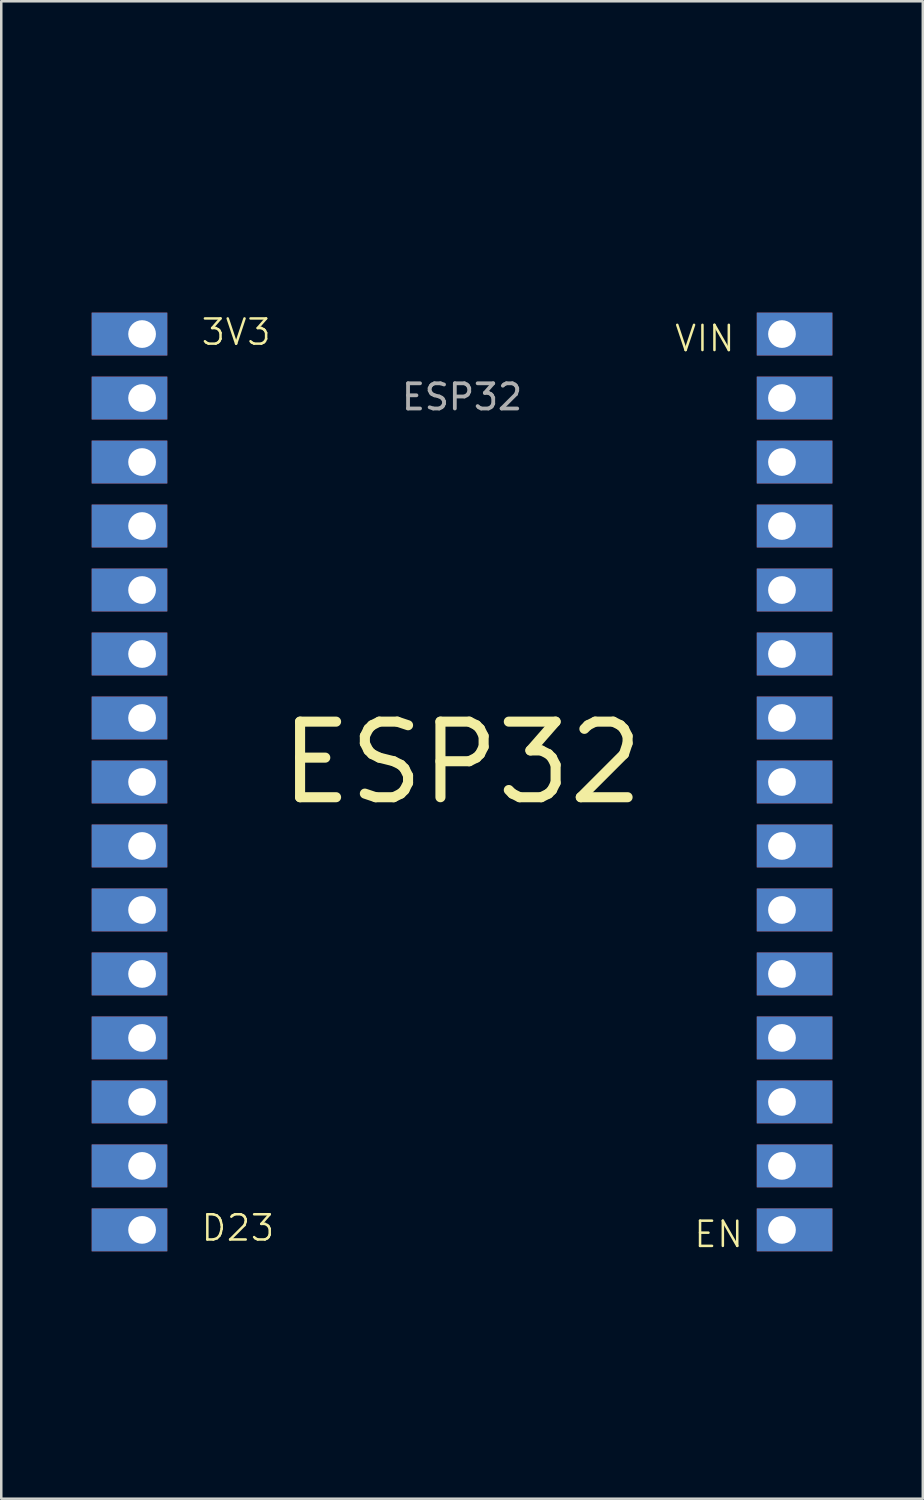
<source format=kicad_pcb>
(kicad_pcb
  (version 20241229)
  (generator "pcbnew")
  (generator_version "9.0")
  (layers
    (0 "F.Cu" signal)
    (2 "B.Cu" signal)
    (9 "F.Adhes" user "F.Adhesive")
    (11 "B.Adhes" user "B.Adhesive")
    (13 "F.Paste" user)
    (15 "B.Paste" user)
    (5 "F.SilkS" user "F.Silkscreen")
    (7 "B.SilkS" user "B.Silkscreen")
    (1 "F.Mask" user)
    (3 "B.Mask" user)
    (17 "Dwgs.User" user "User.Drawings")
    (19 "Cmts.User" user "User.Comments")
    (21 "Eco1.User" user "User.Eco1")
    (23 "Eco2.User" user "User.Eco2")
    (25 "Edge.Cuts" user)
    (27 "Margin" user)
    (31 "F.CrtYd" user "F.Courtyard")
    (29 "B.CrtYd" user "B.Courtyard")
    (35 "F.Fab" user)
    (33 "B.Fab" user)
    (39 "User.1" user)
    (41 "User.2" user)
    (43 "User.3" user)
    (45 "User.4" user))
  (footprint "ESP32"
    (layer "F.Cu")
    (at 15.29 10.21)
    (property "Reference" "ESP32" (at 0 17.018 0) (unlocked yes) (layer "F.SilkS") (effects (font (size 3 3) (thickness 0.4))))
    (attr through_hole)
    (fp_rect (start -15.24 -10.16) (end 15.24 43.18) (stroke (width 0.1) (type default)) (fill no) (layer "Margin"))
    (fp_text user "EN" (at 9.144 36.322 0) (unlocked yes) (layer "F.SilkS") (effects (font (size 1 1) (thickness 0.1)) (justify left bottom)))
    (fp_text user "3V3" (at -10.414 0.508 0) (unlocked yes) (layer "F.SilkS") (effects (font (size 1 1) (thickness 0.1)) (justify left bottom)))
    (fp_text user "D23" (at -10.414 36.068 0) (unlocked yes) (layer "F.SilkS") (effects (font (size 1 1) (thickness 0.1)) (justify left bottom)))
    (fp_text user "VIN" (at 8.382 0.762 0) (unlocked yes) (layer "F.SilkS") (effects (font (size 1 1) (thickness 0.1)) (justify left bottom)))
    (fp_text user "${REFERENCE}" (at 0 2.5 0) (unlocked yes) (layer "F.Fab") (effects (font (size 1 1) (thickness 0.15))))
    (pad "1" thru_hole rect (at -12.7 0) (size 3 1.7) (drill 1.1 (offset -0.5 0)) (layers "*.Cu" "*.Mask"))
    (pad "2" thru_hole rect (at -12.7 2.54) (size 3 1.7) (drill 1.1 (offset -0.5 0)) (layers "*.Cu" "*.Mask"))
    (pad "3" thru_hole rect (at -12.7 5.08) (size 3 1.7) (drill 1.1 (offset -0.5 0)) (layers "*.Cu" "*.Mask"))
    (pad "4" thru_hole rect (at -12.7 7.62) (size 3 1.7) (drill 1.1 (offset -0.5 0)) (layers "*.Cu" "*.Mask"))
    (pad "5" thru_hole rect (at -12.7 10.16) (size 3 1.7) (drill 1.1 (offset -0.5 0)) (layers "*.Cu" "*.Mask"))
    (pad "6" thru_hole rect (at -12.7 12.7) (size 3 1.7) (drill 1.1 (offset -0.5 0)) (layers "*.Cu" "*.Mask"))
    (pad "7" thru_hole rect (at -12.7 15.24) (size 3 1.7) (drill 1.1 (offset -0.5 0)) (layers "*.Cu" "*.Mask"))
    (pad "8" thru_hole rect (at -12.7 17.78) (size 3 1.7) (drill 1.1 (offset -0.5 0)) (layers "*.Cu" "*.Mask"))
    (pad "9" thru_hole rect (at -12.7 20.32) (size 3 1.7) (drill 1.1 (offset -0.5 0)) (layers "*.Cu" "*.Mask"))
    (pad "10" thru_hole rect (at -12.7 22.86) (size 3 1.7) (drill 1.1 (offset -0.5 0)) (layers "*.Cu" "*.Mask"))
    (pad "11" thru_hole rect (at -12.7 25.4) (size 3 1.7) (drill 1.1 (offset -0.5 0)) (layers "*.Cu" "*.Mask"))
    (pad "12" thru_hole rect (at -12.7 27.94) (size 3 1.7) (drill 1.1 (offset -0.5 0)) (layers "*.Cu" "*.Mask"))
    (pad "13" thru_hole rect (at -12.7 30.48) (size 3 1.7) (drill 1.1 (offset -0.5 0)) (layers "*.Cu" "*.Mask"))
    (pad "14" thru_hole rect (at -12.7 33.02) (size 3 1.7) (drill 1.1 (offset -0.5 0)) (layers "*.Cu" "*.Mask"))
    (pad "15" thru_hole rect (at -12.7 35.56) (size 3 1.7) (drill 1.1 (offset -0.5 0)) (layers "*.Cu" "*.Mask"))
    (pad "16" thru_hole rect (at 12.7 35.56) (size 3 1.7) (drill 1.1 (offset 0.5 0)) (layers "*.Cu" "*.Mask"))
    (pad "17" thru_hole rect (at 12.7 33.02) (size 3 1.7) (drill 1.1 (offset 0.5 0)) (layers "*.Cu" "*.Mask"))
    (pad "18" thru_hole rect (at 12.7 30.48) (size 3 1.7) (drill 1.1 (offset 0.5 0)) (layers "*.Cu" "*.Mask"))
    (pad "19" thru_hole rect (at 12.7 27.94) (size 3 1.7) (drill 1.1 (offset 0.5 0)) (layers "*.Cu" "*.Mask"))
    (pad "20" thru_hole rect (at 12.7 25.4) (size 3 1.7) (drill 1.1 (offset 0.5 0)) (layers "*.Cu" "*.Mask"))
    (pad "21" thru_hole rect (at 12.7 22.86) (size 3 1.7) (drill 1.1 (offset 0.5 0)) (layers "*.Cu" "*.Mask"))
    (pad "22" thru_hole rect (at 12.7 20.32) (size 3 1.7) (drill 1.1 (offset 0.5 0)) (layers "*.Cu" "*.Mask"))
    (pad "23" thru_hole rect (at 12.7 17.78) (size 3 1.7) (drill 1.1 (offset 0.5 0)) (layers "*.Cu" "*.Mask"))
    (pad "24" thru_hole rect (at 12.7 15.24) (size 3 1.7) (drill 1.1 (offset 0.5 0)) (layers "*.Cu" "*.Mask"))
    (pad "25" thru_hole rect (at 12.7 12.7) (size 3 1.7) (drill 1.1 (offset 0.5 0)) (layers "*.Cu" "*.Mask"))
    (pad "26" thru_hole rect (at 12.7 10.16) (size 3 1.7) (drill 1.1 (offset 0.5 0)) (layers "*.Cu" "*.Mask"))
    (pad "27" thru_hole rect (at 12.7 7.62) (size 3 1.7) (drill 1.1 (offset 0.5 0)) (layers "*.Cu" "*.Mask"))
    (pad "28" thru_hole rect (at 12.7 5.08) (size 3 1.7) (drill 1.1 (offset 0.5 0)) (layers "*.Cu" "*.Mask"))
    (pad "29" thru_hole rect (at 12.7 2.54) (size 3 1.7) (drill 1.1 (offset 0.5 0)) (layers "*.Cu" "*.Mask"))
    (pad "30" thru_hole rect (at 12.7 0) (size 3 1.7) (drill 1.1 (offset 0.5 0)) (layers "*.Cu" "*.Mask")))
  (gr_rect
    (start -3 -3)
    (end 33.58 56.44)
    (stroke (width 0.1) (type default))
    (fill no)
    (layer "Edge.Cuts")))
</source>
